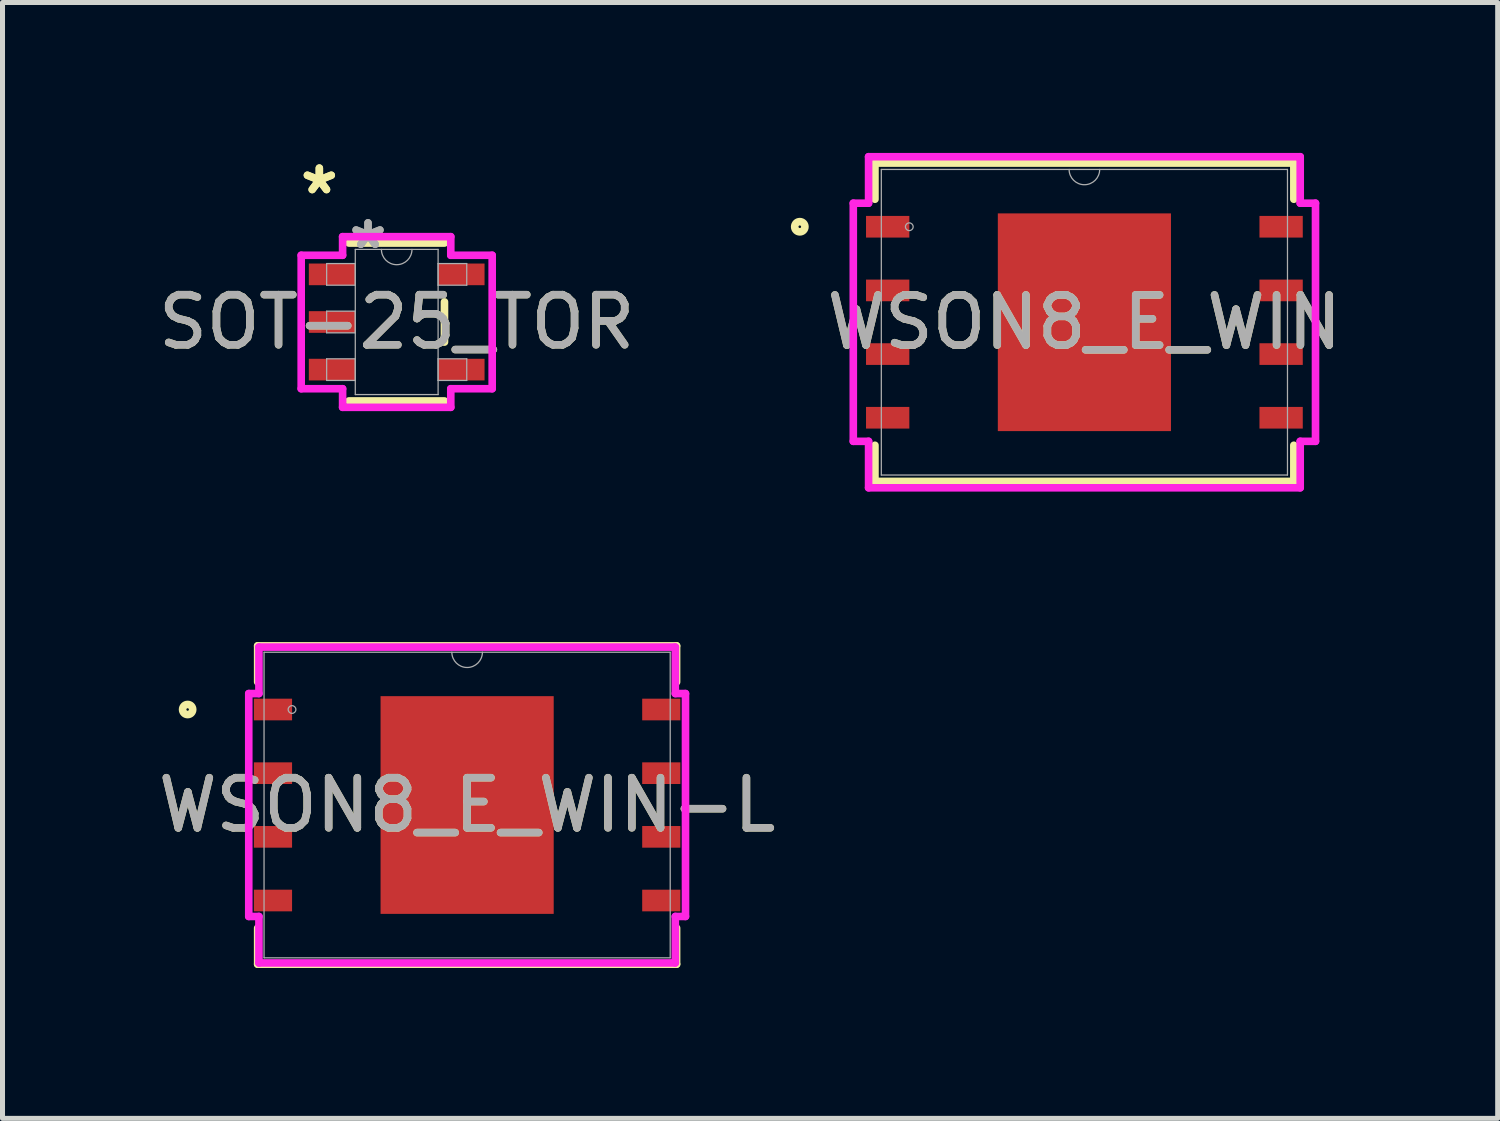
<source format=kicad_pcb>
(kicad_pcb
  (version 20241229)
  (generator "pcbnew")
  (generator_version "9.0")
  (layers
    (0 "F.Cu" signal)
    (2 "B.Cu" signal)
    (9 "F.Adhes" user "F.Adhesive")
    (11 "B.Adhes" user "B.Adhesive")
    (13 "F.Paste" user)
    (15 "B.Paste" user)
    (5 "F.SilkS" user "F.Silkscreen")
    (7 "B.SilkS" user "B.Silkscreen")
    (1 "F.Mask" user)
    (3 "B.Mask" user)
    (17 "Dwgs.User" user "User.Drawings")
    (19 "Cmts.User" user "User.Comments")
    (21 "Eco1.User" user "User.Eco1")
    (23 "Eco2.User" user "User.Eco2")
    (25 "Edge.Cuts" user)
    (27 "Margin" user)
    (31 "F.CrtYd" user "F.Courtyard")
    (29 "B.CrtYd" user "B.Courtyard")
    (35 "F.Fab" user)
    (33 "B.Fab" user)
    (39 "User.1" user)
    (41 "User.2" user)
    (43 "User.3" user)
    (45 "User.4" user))
  (footprint "WSON8_E_WIN"
    (layer "F.Cu")
    (at 18.581 3.378)
    (property "Reference" "WSON8_E_WIN" (at 0 0 0) (unlocked yes) (layer "F.SilkS") (effects (font (size 1 1) (thickness 0.15))))
    (attr smd)
    (fp_line (start -4.178 -3.175) (end -4.178 -2.454) (stroke (width 0.152) (type solid)) (layer "F.SilkS"))
    (fp_line (start -4.178 2.454) (end -4.178 3.175) (stroke (width 0.152) (type solid)) (layer "F.SilkS"))
    (fp_line (start -4.178 3.175) (end 4.178 3.175) (stroke (width 0.152) (type solid)) (layer "F.SilkS"))
    (fp_line (start 4.178 -3.175) (end -4.178 -3.175) (stroke (width 0.152) (type solid)) (layer "F.SilkS"))
    (fp_line (start 4.178 -2.454) (end 4.178 -3.175) (stroke (width 0.152) (type solid)) (layer "F.SilkS"))
    (fp_line (start 4.178 3.175) (end 4.178 2.454) (stroke (width 0.152) (type solid)) (layer "F.SilkS"))
    (fp_circle (center -5.677 -1.905) (end -5.575 -1.905) (stroke (width 0.152) (type solid)) (fill no) (layer "F.SilkS"))
    (fp_poly (pts (xy -1.627 -2.072) (xy -1.627 -0.824) (xy -0.1 -0.824) (xy -0.1 -2.072)) (stroke (width 0) (type solid)) (fill yes) (layer "F.Paste"))
    (fp_poly (pts (xy -1.627 -0.624) (xy -1.627 0.624) (xy -0.1 0.624) (xy -0.1 -0.624)) (stroke (width 0) (type solid)) (fill yes) (layer "F.Paste"))
    (fp_poly (pts (xy -1.627 0.824) (xy -1.627 2.072) (xy -0.1 2.072) (xy -0.1 0.824)) (stroke (width 0) (type solid)) (fill yes) (layer "F.Paste"))
    (fp_poly (pts (xy 0.1 -2.072) (xy 0.1 -0.824) (xy 1.627 -0.824) (xy 1.627 -2.072)) (stroke (width 0) (type solid)) (fill yes) (layer "F.Paste"))
    (fp_poly (pts (xy 0.1 -0.624) (xy 0.1 0.624) (xy 1.627 0.624) (xy 1.627 -0.624)) (stroke (width 0) (type solid)) (fill yes) (layer "F.Paste"))
    (fp_poly (pts (xy 0.1 0.824) (xy 0.1 2.072) (xy 1.627 2.072) (xy 1.627 0.824)) (stroke (width 0) (type solid)) (fill yes) (layer "F.Paste"))
    (fp_line (start -4.61 -2.375) (end -4.305 -2.375) (stroke (width 0.152) (type solid)) (layer "F.CrtYd"))
    (fp_line (start -4.61 2.375) (end -4.61 -2.375) (stroke (width 0.152) (type solid)) (layer "F.CrtYd"))
    (fp_line (start -4.61 2.375) (end -4.305 2.375) (stroke (width 0.152) (type solid)) (layer "F.CrtYd"))
    (fp_line (start -4.305 -3.302) (end 4.305 -3.302) (stroke (width 0.152) (type solid)) (layer "F.CrtYd"))
    (fp_line (start -4.305 -2.375) (end -4.305 -3.302) (stroke (width 0.152) (type solid)) (layer "F.CrtYd"))
    (fp_line (start -4.305 3.302) (end -4.305 2.375) (stroke (width 0.152) (type solid)) (layer "F.CrtYd"))
    (fp_line (start 4.305 -3.302) (end 4.305 -2.375) (stroke (width 0.152) (type solid)) (layer "F.CrtYd"))
    (fp_line (start 4.305 2.375) (end 4.305 3.302) (stroke (width 0.152) (type solid)) (layer "F.CrtYd"))
    (fp_line (start 4.305 3.302) (end -4.305 3.302) (stroke (width 0.152) (type solid)) (layer "F.CrtYd"))
    (fp_line (start 4.61 -2.375) (end 4.305 -2.375) (stroke (width 0.152) (type solid)) (layer "F.CrtYd"))
    (fp_line (start 4.61 -2.375) (end 4.61 2.375) (stroke (width 0.152) (type solid)) (layer "F.CrtYd"))
    (fp_line (start 4.61 2.375) (end 4.305 2.375) (stroke (width 0.152) (type solid)) (layer "F.CrtYd"))
    (fp_line (start -4.051 -3.048) (end -4.051 3.048) (stroke (width 0.025) (type solid)) (layer "F.Fab"))
    (fp_line (start -4.051 3.048) (end 4.051 3.048) (stroke (width 0.025) (type solid)) (layer "F.Fab"))
    (fp_line (start 4.051 -3.048) (end -4.051 -3.048) (stroke (width 0.025) (type solid)) (layer "F.Fab"))
    (fp_line (start 4.051 3.048) (end 4.051 -3.048) (stroke (width 0.025) (type solid)) (layer "F.Fab"))
    (fp_arc (start 0.3048 -3.048) (mid 0 -2.7432) (end -0.3048 -3.048) (stroke (width 0.0254) (type solid)) (layer "F.Fab"))
    (fp_circle (center -3.493 -1.905) (end -3.416 -1.905) (stroke (width 0.025) (type solid)) (fill no) (layer "F.Fab"))
    (fp_text user "${REFERENCE}" (at 0 0 0) (unlocked yes) (layer "F.Fab") (effects (font (size 1 1) (thickness 0.15))))
    (pad "1" smd rect (at -3.924 -1.905) (size 0.864 0.432) (layers "F.Cu" "F.Mask" "F.Paste"))
    (pad "2" smd rect (at -3.924 -0.635) (size 0.864 0.432) (layers "F.Cu" "F.Mask" "F.Paste"))
    (pad "3" smd rect (at -3.924 0.635) (size 0.864 0.432) (layers "F.Cu" "F.Mask" "F.Paste"))
    (pad "4" smd rect (at -3.924 1.905) (size 0.864 0.432) (layers "F.Cu" "F.Mask" "F.Paste"))
    (pad "5" smd rect (at 3.924 1.905) (size 0.864 0.432) (layers "F.Cu" "F.Mask" "F.Paste"))
    (pad "6" smd rect (at 3.924 0.635) (size 0.864 0.432) (layers "F.Cu" "F.Mask" "F.Paste"))
    (pad "7" smd rect (at 3.924 -0.635) (size 0.864 0.432) (layers "F.Cu" "F.Mask" "F.Paste"))
    (pad "8" smd rect (at 3.924 -1.905) (size 0.864 0.432) (layers "F.Cu" "F.Mask" "F.Paste"))
    (pad "9" smd rect (at 0 0) (size 3.454 4.343) (layers "F.Cu" "F.Mask" "F.Paste")))
  (footprint "SOT-25_TOR"
    (layer "F.Cu")
    (at 4.863 3.373)
    (property "Reference" "SOT-25_TOR" (at 0 0 0) (unlocked yes) (layer "F.SilkS") (effects (font (size 1 1) (thickness 0.15))))
    (attr smd)
    (fp_line (start -0.953 1.575) (end 0.953 1.575) (stroke (width 0.152) (type solid)) (layer "F.SilkS"))
    (fp_line (start 0.953 -1.575) (end -0.953 -1.575) (stroke (width 0.152) (type solid)) (layer "F.SilkS"))
    (fp_line (start 0.953 0.401) (end 0.953 -0.401) (stroke (width 0.152) (type solid)) (layer "F.SilkS"))
    (fp_line (start -1.905 -1.331) (end -1.079 -1.331) (stroke (width 0.152) (type solid)) (layer "F.CrtYd"))
    (fp_line (start -1.905 1.331) (end -1.905 -1.331) (stroke (width 0.152) (type solid)) (layer "F.CrtYd"))
    (fp_line (start -1.079 -1.702) (end 1.079 -1.702) (stroke (width 0.152) (type solid)) (layer "F.CrtYd"))
    (fp_line (start -1.079 -1.331) (end -1.079 -1.702) (stroke (width 0.152) (type solid)) (layer "F.CrtYd"))
    (fp_line (start -1.079 1.331) (end -1.905 1.331) (stroke (width 0.152) (type solid)) (layer "F.CrtYd"))
    (fp_line (start -1.079 1.702) (end -1.079 1.331) (stroke (width 0.152) (type solid)) (layer "F.CrtYd"))
    (fp_line (start 1.079 -1.702) (end 1.079 -1.331) (stroke (width 0.152) (type solid)) (layer "F.CrtYd"))
    (fp_line (start 1.079 -1.331) (end 1.905 -1.331) (stroke (width 0.152) (type solid)) (layer "F.CrtYd"))
    (fp_line (start 1.079 1.331) (end 1.079 1.702) (stroke (width 0.152) (type solid)) (layer "F.CrtYd"))
    (fp_line (start 1.079 1.702) (end -1.079 1.702) (stroke (width 0.152) (type solid)) (layer "F.CrtYd"))
    (fp_line (start 1.905 -1.331) (end 1.905 1.331) (stroke (width 0.152) (type solid)) (layer "F.CrtYd"))
    (fp_line (start 1.905 1.331) (end 1.079 1.331) (stroke (width 0.152) (type solid)) (layer "F.CrtYd"))
    (fp_line (start -1.397 -1.166) (end -1.397 -0.734) (stroke (width 0.025) (type solid)) (layer "F.Fab"))
    (fp_line (start -1.397 -0.734) (end -0.826 -0.734) (stroke (width 0.025) (type solid)) (layer "F.Fab"))
    (fp_line (start -1.397 -0.216) (end -1.397 0.216) (stroke (width 0.025) (type solid)) (layer "F.Fab"))
    (fp_line (start -1.397 0.216) (end -0.826 0.216) (stroke (width 0.025) (type solid)) (layer "F.Fab"))
    (fp_line (start -1.397 0.734) (end -1.397 1.166) (stroke (width 0.025) (type solid)) (layer "F.Fab"))
    (fp_line (start -1.397 1.166) (end -0.826 1.166) (stroke (width 0.025) (type solid)) (layer "F.Fab"))
    (fp_line (start -0.826 -1.448) (end -0.826 1.448) (stroke (width 0.025) (type solid)) (layer "F.Fab"))
    (fp_line (start -0.826 -1.166) (end -1.397 -1.166) (stroke (width 0.025) (type solid)) (layer "F.Fab"))
    (fp_line (start -0.826 -0.734) (end -0.826 -1.166) (stroke (width 0.025) (type solid)) (layer "F.Fab"))
    (fp_line (start -0.826 -0.216) (end -1.397 -0.216) (stroke (width 0.025) (type solid)) (layer "F.Fab"))
    (fp_line (start -0.826 0.216) (end -0.826 -0.216) (stroke (width 0.025) (type solid)) (layer "F.Fab"))
    (fp_line (start -0.826 0.734) (end -1.397 0.734) (stroke (width 0.025) (type solid)) (layer "F.Fab"))
    (fp_line (start -0.826 1.166) (end -0.826 0.734) (stroke (width 0.025) (type solid)) (layer "F.Fab"))
    (fp_line (start -0.826 1.448) (end 0.826 1.448) (stroke (width 0.025) (type solid)) (layer "F.Fab"))
    (fp_line (start 0.826 -1.448) (end -0.826 -1.448) (stroke (width 0.025) (type solid)) (layer "F.Fab"))
    (fp_line (start 0.826 -1.166) (end 0.826 -0.734) (stroke (width 0.025) (type solid)) (layer "F.Fab"))
    (fp_line (start 0.826 -0.734) (end 1.397 -0.734) (stroke (width 0.025) (type solid)) (layer "F.Fab"))
    (fp_line (start 0.826 0.734) (end 0.826 1.166) (stroke (width 0.025) (type solid)) (layer "F.Fab"))
    (fp_line (start 0.826 1.166) (end 1.397 1.166) (stroke (width 0.025) (type solid)) (layer "F.Fab"))
    (fp_line (start 0.826 1.448) (end 0.826 -1.448) (stroke (width 0.025) (type solid)) (layer "F.Fab"))
    (fp_line (start 1.397 -1.166) (end 0.826 -1.166) (stroke (width 0.025) (type solid)) (layer "F.Fab"))
    (fp_line (start 1.397 -0.734) (end 1.397 -1.166) (stroke (width 0.025) (type solid)) (layer "F.Fab"))
    (fp_line (start 1.397 0.734) (end 0.826 0.734) (stroke (width 0.025) (type solid)) (layer "F.Fab"))
    (fp_line (start 1.397 1.166) (end 1.397 0.734) (stroke (width 0.025) (type solid)) (layer "F.Fab"))
    (fp_arc (start 0.3048 -1.4478) (mid 0 -1.143) (end -0.3048 -1.4478) (stroke (width 0.0254) (type solid)) (layer "F.Fab"))
    (fp_text user "*" (at -1.543 -2.525 0) (unlocked yes) (layer "F.SilkS") (effects (font (size 1 1) (thickness 0.15))))
    (fp_text user "*" (at -1.543 -2.525 0) (layer "F.SilkS") (effects (font (size 1 1) (thickness 0.15))))
    (fp_text user "${REFERENCE}" (at 0 0 0) (unlocked yes) (layer "F.Fab") (effects (font (size 1 1) (thickness 0.15))))
    (fp_text user "*" (at -0.572 -1.433 0) (layer "F.Fab") (effects (font (size 1 1) (thickness 0.15))))
    (fp_text user "*" (at -0.572 -1.433 0) (unlocked yes) (layer "F.Fab") (effects (font (size 1 1) (thickness 0.15))))
    (pad "1" smd rect (at -1.289 -0.95) (size 0.927 0.432) (layers "F.Cu" "F.Mask" "F.Paste"))
    (pad "2" smd rect (at -1.289 0) (size 0.927 0.432) (layers "F.Cu" "F.Mask" "F.Paste"))
    (pad "3" smd rect (at -1.289 0.95) (size 0.927 0.432) (layers "F.Cu" "F.Mask" "F.Paste"))
    (pad "4" smd rect (at 1.289 0.95) (size 0.927 0.432) (layers "F.Cu" "F.Mask" "F.Paste"))
    (pad "5" smd rect (at 1.289 -0.95) (size 0.927 0.432) (layers "F.Cu" "F.Mask" "F.Paste")))
  (footprint "WSON8_E_WIN-L"
    (layer "F.Cu")
    (at 6.268 13.008)
    (property "Reference" "WSON8_E_WIN-L" (at 0 0 0) (unlocked yes) (layer "F.SilkS") (effects (font (size 1 1) (thickness 0.15))))
    (attr smd)
    (fp_line (start -4.178 -3.175) (end -4.178 -2.454) (stroke (width 0.152) (type solid)) (layer "F.SilkS"))
    (fp_line (start -4.178 2.454) (end -4.178 3.175) (stroke (width 0.152) (type solid)) (layer "F.SilkS"))
    (fp_line (start -4.178 3.175) (end 4.178 3.175) (stroke (width 0.152) (type solid)) (layer "F.SilkS"))
    (fp_line (start 4.178 -3.175) (end -4.178 -3.175) (stroke (width 0.152) (type solid)) (layer "F.SilkS"))
    (fp_line (start 4.178 -2.454) (end 4.178 -3.175) (stroke (width 0.152) (type solid)) (layer "F.SilkS"))
    (fp_line (start 4.178 3.175) (end 4.178 2.454) (stroke (width 0.152) (type solid)) (layer "F.SilkS"))
    (fp_circle (center -5.575 -1.905) (end -5.474 -1.905) (stroke (width 0.152) (type solid)) (fill no) (layer "F.SilkS"))
    (fp_poly (pts (xy -1.627 -2.072) (xy -1.627 -0.824) (xy -0.1 -0.824) (xy -0.1 -2.072)) (stroke (width 0) (type solid)) (fill yes) (layer "F.Paste"))
    (fp_poly (pts (xy -1.627 -0.624) (xy -1.627 0.624) (xy -0.1 0.624) (xy -0.1 -0.624)) (stroke (width 0) (type solid)) (fill yes) (layer "F.Paste"))
    (fp_poly (pts (xy -1.627 0.824) (xy -1.627 2.072) (xy -0.1 2.072) (xy -0.1 0.824)) (stroke (width 0) (type solid)) (fill yes) (layer "F.Paste"))
    (fp_poly (pts (xy 0.1 -2.072) (xy 0.1 -0.824) (xy 1.627 -0.824) (xy 1.627 -2.072)) (stroke (width 0) (type solid)) (fill yes) (layer "F.Paste"))
    (fp_poly (pts (xy 0.1 -0.624) (xy 0.1 0.624) (xy 1.627 0.624) (xy 1.627 -0.624)) (stroke (width 0) (type solid)) (fill yes) (layer "F.Paste"))
    (fp_poly (pts (xy 0.1 0.824) (xy 0.1 2.072) (xy 1.627 2.072) (xy 1.627 0.824)) (stroke (width 0) (type solid)) (fill yes) (layer "F.Paste"))
    (fp_line (start -4.356 -2.223) (end -4.153 -2.223) (stroke (width 0.152) (type solid)) (layer "F.CrtYd"))
    (fp_line (start -4.356 2.223) (end -4.356 -2.223) (stroke (width 0.152) (type solid)) (layer "F.CrtYd"))
    (fp_line (start -4.356 2.223) (end -4.153 2.223) (stroke (width 0.152) (type solid)) (layer "F.CrtYd"))
    (fp_line (start -4.153 -3.15) (end 4.153 -3.15) (stroke (width 0.152) (type solid)) (layer "F.CrtYd"))
    (fp_line (start -4.153 -2.223) (end -4.153 -3.15) (stroke (width 0.152) (type solid)) (layer "F.CrtYd"))
    (fp_line (start -4.153 3.15) (end -4.153 2.223) (stroke (width 0.152) (type solid)) (layer "F.CrtYd"))
    (fp_line (start 4.153 -3.15) (end 4.153 -2.223) (stroke (width 0.152) (type solid)) (layer "F.CrtYd"))
    (fp_line (start 4.153 2.223) (end 4.153 3.15) (stroke (width 0.152) (type solid)) (layer "F.CrtYd"))
    (fp_line (start 4.153 3.15) (end -4.153 3.15) (stroke (width 0.152) (type solid)) (layer "F.CrtYd"))
    (fp_line (start 4.356 -2.223) (end 4.153 -2.223) (stroke (width 0.152) (type solid)) (layer "F.CrtYd"))
    (fp_line (start 4.356 -2.223) (end 4.356 2.223) (stroke (width 0.152) (type solid)) (layer "F.CrtYd"))
    (fp_line (start 4.356 2.223) (end 4.153 2.223) (stroke (width 0.152) (type solid)) (layer "F.CrtYd"))
    (fp_line (start -4.051 -3.048) (end -4.051 3.048) (stroke (width 0.025) (type solid)) (layer "F.Fab"))
    (fp_line (start -4.051 3.048) (end 4.051 3.048) (stroke (width 0.025) (type solid)) (layer "F.Fab"))
    (fp_line (start 4.051 -3.048) (end -4.051 -3.048) (stroke (width 0.025) (type solid)) (layer "F.Fab"))
    (fp_line (start 4.051 3.048) (end 4.051 -3.048) (stroke (width 0.025) (type solid)) (layer "F.Fab"))
    (fp_arc (start 0.3048 -3.048) (mid 0 -2.7432) (end -0.3048 -3.048) (stroke (width 0.0254) (type solid)) (layer "F.Fab"))
    (fp_circle (center -3.493 -1.905) (end -3.416 -1.905) (stroke (width 0.025) (type solid)) (fill no) (layer "F.Fab"))
    (fp_text user "${REFERENCE}" (at 0 0 0) (unlocked yes) (layer "F.Fab") (effects (font (size 1 1) (thickness 0.15))))
    (pad "1" smd rect (at -3.873 -1.905) (size 0.762 0.432) (layers "F.Cu" "F.Mask" "F.Paste"))
    (pad "2" smd rect (at -3.873 -0.635) (size 0.762 0.432) (layers "F.Cu" "F.Mask" "F.Paste"))
    (pad "3" smd rect (at -3.873 0.635) (size 0.762 0.432) (layers "F.Cu" "F.Mask" "F.Paste"))
    (pad "4" smd rect (at -3.873 1.905) (size 0.762 0.432) (layers "F.Cu" "F.Mask" "F.Paste"))
    (pad "5" smd rect (at 3.873 1.905) (size 0.762 0.432) (layers "F.Cu" "F.Mask" "F.Paste"))
    (pad "6" smd rect (at 3.873 0.635) (size 0.762 0.432) (layers "F.Cu" "F.Mask" "F.Paste"))
    (pad "7" smd rect (at 3.873 -0.635) (size 0.762 0.432) (layers "F.Cu" "F.Mask" "F.Paste"))
    (pad "8" smd rect (at 3.873 -1.905) (size 0.762 0.432) (layers "F.Cu" "F.Mask" "F.Paste"))
    (pad "9" smd rect (at 0 0) (size 3.454 4.343) (layers "F.Cu" "F.Mask" "F.Paste")))
  (gr_rect
    (start -3 -3)
    (end 26.825 19.259)
    (stroke (width 0.1) (type default))
    (fill no)
    (layer "Edge.Cuts")))
</source>
